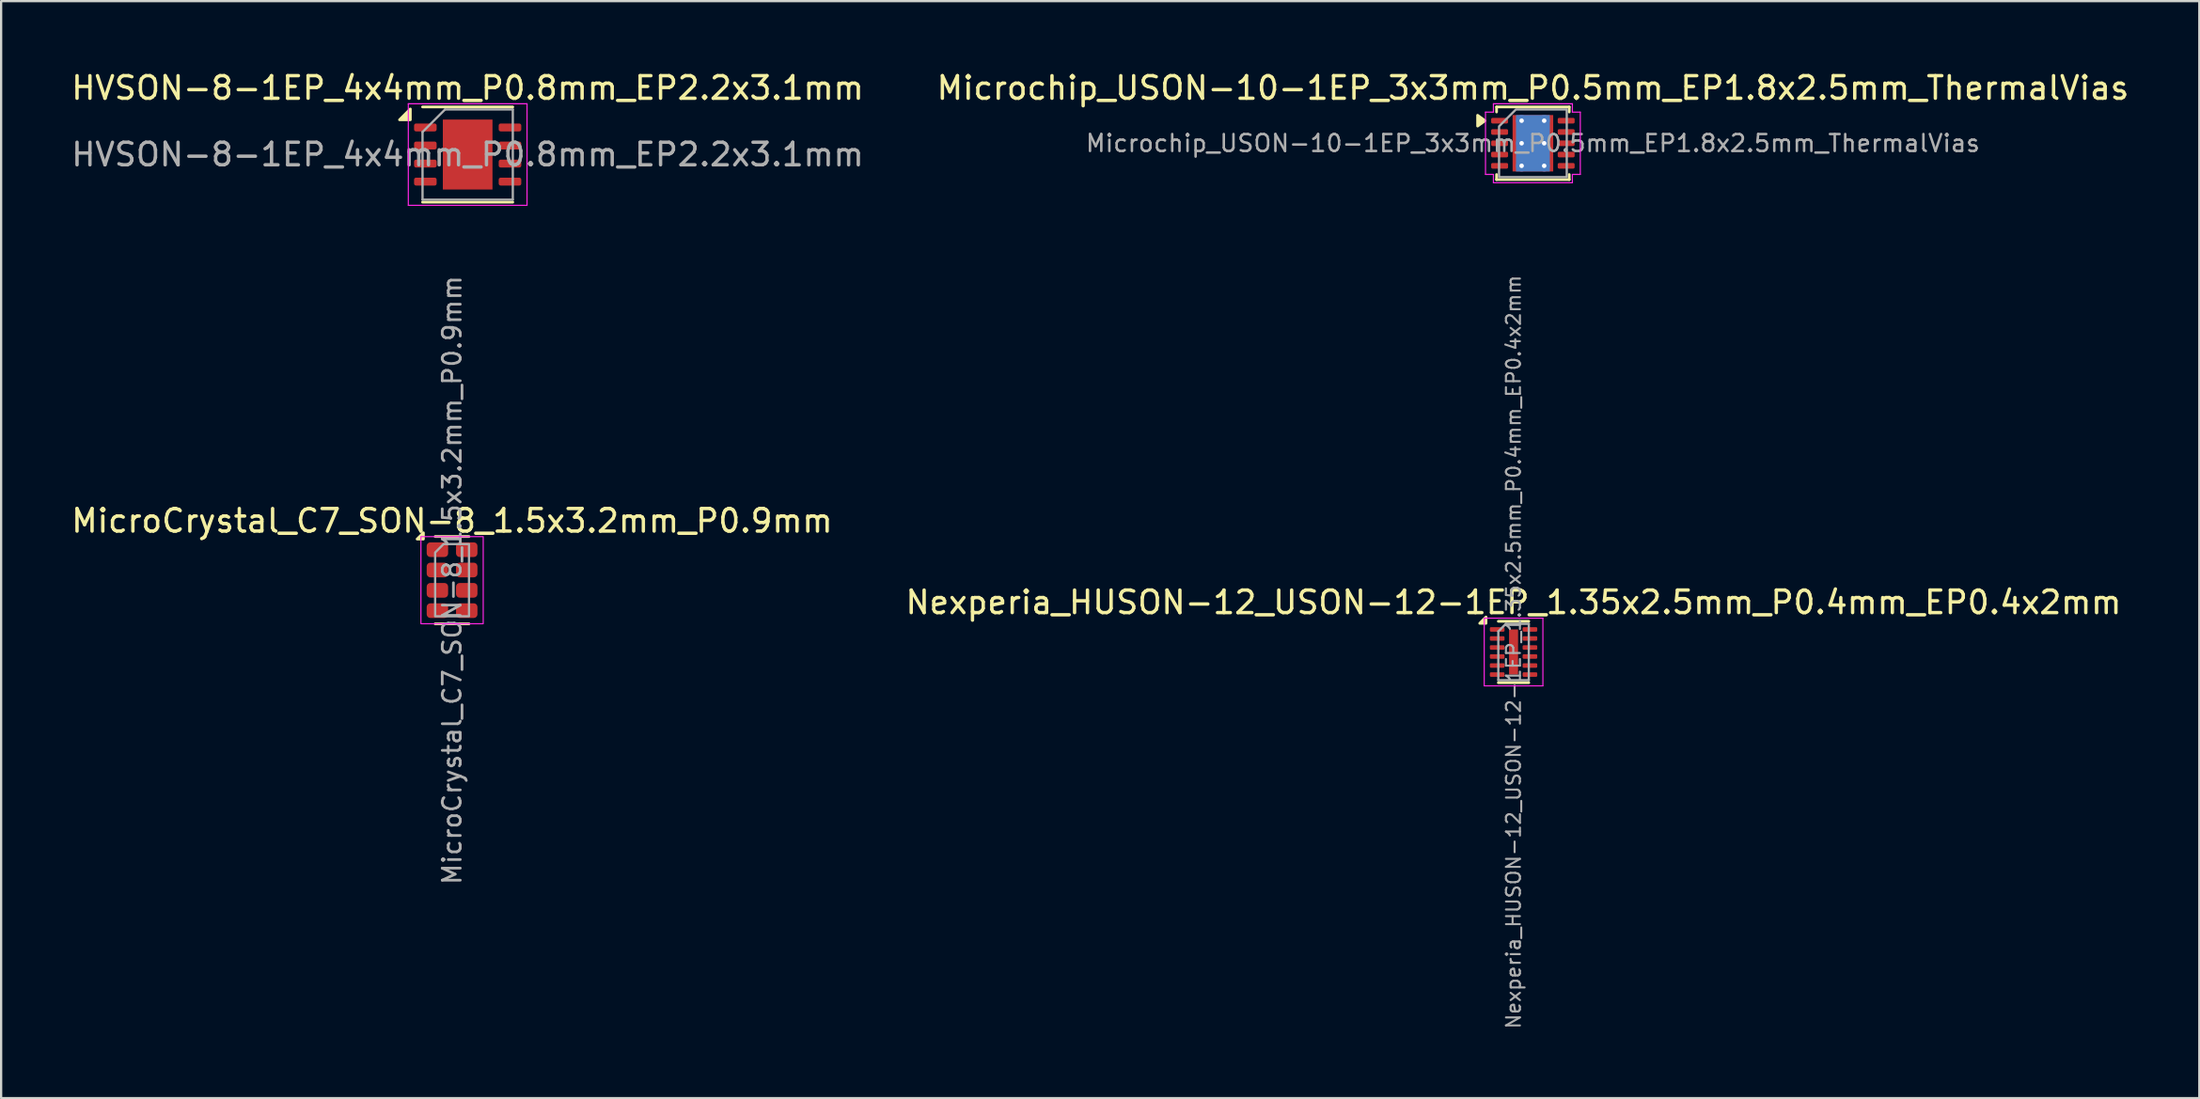
<source format=kicad_pcb>
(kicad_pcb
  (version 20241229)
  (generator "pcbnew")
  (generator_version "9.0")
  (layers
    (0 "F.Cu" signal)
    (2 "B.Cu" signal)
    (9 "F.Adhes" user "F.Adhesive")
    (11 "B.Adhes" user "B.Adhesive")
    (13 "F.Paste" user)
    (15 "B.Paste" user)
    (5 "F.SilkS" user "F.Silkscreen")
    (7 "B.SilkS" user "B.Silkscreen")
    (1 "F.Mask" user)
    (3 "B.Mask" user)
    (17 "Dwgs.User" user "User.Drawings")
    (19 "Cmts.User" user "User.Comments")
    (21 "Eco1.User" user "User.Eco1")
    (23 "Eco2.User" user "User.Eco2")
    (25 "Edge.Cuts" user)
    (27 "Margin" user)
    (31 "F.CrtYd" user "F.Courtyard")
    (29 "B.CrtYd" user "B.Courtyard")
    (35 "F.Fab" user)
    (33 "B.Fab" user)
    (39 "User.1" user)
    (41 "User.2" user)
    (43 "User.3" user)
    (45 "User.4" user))
  (footprint "Nexperia_HUSON-12_USON-12-1EP_1.35x2.5mm_P0.4mm_EP0.4x2mm"
    (layer "F.Cu")
    (at 64.018 25.842)
    (property "Reference" "Nexperia_HUSON-12_USON-12-1EP_1.35x2.5mm_P0.4mm_EP0.4x2mm" (at 0 -2.2 0) (layer "F.SilkS") (effects (font (size 1 1) (thickness 0.15))))
    (attr smd)
    (fp_line (start -0.675 -1.36) (end 0.675 -1.36) (stroke (width 0.12) (type solid)) (layer "F.SilkS"))
    (fp_line (start -0.675 1.36) (end 0.675 1.36) (stroke (width 0.12) (type solid)) (layer "F.SilkS"))
    (fp_poly (pts (xy -1.22 -1.27) (xy -1.5 -1.27) (xy -1.22 -1.55) (xy -1.22 -1.27)) (stroke (width 0.12) (type solid)) (fill yes) (layer "F.SilkS"))
    (fp_line (start -1.3 -1.5) (end -1.3 1.5) (stroke (width 0.05) (type solid)) (layer "F.CrtYd"))
    (fp_line (start -1.3 1.5) (end 1.3 1.5) (stroke (width 0.05) (type solid)) (layer "F.CrtYd"))
    (fp_line (start 1.3 -1.5) (end -1.3 -1.5) (stroke (width 0.05) (type solid)) (layer "F.CrtYd"))
    (fp_line (start 1.3 1.5) (end 1.3 -1.5) (stroke (width 0.05) (type solid)) (layer "F.CrtYd"))
    (fp_line (start -0.675 -0.912) (end -0.338 -1.25) (stroke (width 0.1) (type solid)) (layer "F.Fab"))
    (fp_line (start -0.675 1.25) (end -0.675 -0.912) (stroke (width 0.1) (type solid)) (layer "F.Fab"))
    (fp_line (start -0.338 -1.25) (end 0.675 -1.25) (stroke (width 0.1) (type solid)) (layer "F.Fab"))
    (fp_line (start 0.675 -1.25) (end 0.675 1.25) (stroke (width 0.1) (type solid)) (layer "F.Fab"))
    (fp_line (start 0.675 1.25) (end -0.675 1.25) (stroke (width 0.1) (type solid)) (layer "F.Fab"))
    (fp_text user "${REFERENCE}" (at 0 0 90) (layer "F.Fab") (effects (font (size 0.62 0.62) (thickness 0.09))))
    (pad "" smd roundrect (at 0 0) (size 0.32 1.61) (layers "F.Paste") (roundrect_rratio 0.25))
    (pad "1" smd roundrect (at -0.725 -1) (size 0.65 0.2) (layers "F.Cu" "F.Mask" "F.Paste") (roundrect_rratio 0.25))
    (pad "2" smd roundrect (at -0.725 -0.6) (size 0.65 0.2) (layers "F.Cu" "F.Mask" "F.Paste") (roundrect_rratio 0.25))
    (pad "3" smd roundrect (at -0.725 -0.2) (size 0.65 0.2) (layers "F.Cu" "F.Mask" "F.Paste") (roundrect_rratio 0.25))
    (pad "4" smd roundrect (at -0.725 0.2) (size 0.65 0.2) (layers "F.Cu" "F.Mask" "F.Paste") (roundrect_rratio 0.25))
    (pad "5" smd roundrect (at -0.725 0.6) (size 0.65 0.2) (layers "F.Cu" "F.Mask" "F.Paste") (roundrect_rratio 0.25))
    (pad "6" smd roundrect (at -0.725 1) (size 0.65 0.2) (layers "F.Cu" "F.Mask" "F.Paste") (roundrect_rratio 0.25))
    (pad "7" smd roundrect (at 0.725 1) (size 0.65 0.2) (layers "F.Cu" "F.Mask" "F.Paste") (roundrect_rratio 0.25))
    (pad "8" smd roundrect (at 0.725 0.6) (size 0.65 0.2) (layers "F.Cu" "F.Mask" "F.Paste") (roundrect_rratio 0.25))
    (pad "9" smd roundrect (at 0.725 0.2) (size 0.65 0.2) (layers "F.Cu" "F.Mask" "F.Paste") (roundrect_rratio 0.25))
    (pad "10" smd roundrect (at 0.725 -0.2) (size 0.65 0.2) (layers "F.Cu" "F.Mask" "F.Paste") (roundrect_rratio 0.25))
    (pad "11" smd roundrect (at 0.725 -0.6) (size 0.65 0.2) (layers "F.Cu" "F.Mask" "F.Paste") (roundrect_rratio 0.25))
    (pad "12" smd roundrect (at 0.725 -1) (size 0.65 0.2) (layers "F.Cu" "F.Mask" "F.Paste") (roundrect_rratio 0.25))
    (pad "13" smd rect (at 0 0) (size 0.4 2) (property pad_prop_heatsink) (layers "F.Cu" "F.Mask")))
  (footprint "MicroCrystal_C7_SON-8_1.5x3.2mm_P0.9mm"
    (layer "F.Cu")
    (at 16.982 22.659)
    (property "Reference" "MicroCrystal_C7_SON-8_1.5x3.2mm_P0.9mm" (at 0 -2.63 0) (layer "F.SilkS") (effects (font (size 1 1) (thickness 0.15))))
    (attr smd)
    (fp_line (start -0.75 -1.935) (end 0.75 -1.935) (stroke (width 0.12) (type solid)) (layer "F.SilkS"))
    (fp_line (start -0.75 1.935) (end 0.75 1.935) (stroke (width 0.12) (type solid)) (layer "F.SilkS"))
    (fp_poly (pts (xy -1.27 -1.82) (xy -1.55 -1.82) (xy -1.27 -2.1)) (stroke (width 0.12) (type solid)) (fill yes) (layer "F.SilkS"))
    (fp_rect (start -1.38 -1.93) (end 1.38 1.93) (stroke (width 0.05) (type solid)) (fill no) (layer "F.CrtYd"))
    (fp_poly (pts (xy -0.75 -1.225) (xy -0.75 1.6) (xy 0.75 1.6) (xy 0.75 -1.6) (xy -0.375 -1.6)) (stroke (width 0.1) (type solid)) (fill no) (layer "F.Fab"))
    (fp_text user "${REFERENCE}" (at 0 0 90) (layer "F.Fab") (effects (font (size 0.8 0.8) (thickness 0.12))))
    (pad "1" smd roundrect (at -0.65 -1.35) (size 0.95 0.65) (layers "F.Cu" "F.Mask" "F.Paste") (roundrect_rratio 0.25))
    (pad "2" smd roundrect (at -0.65 -0.45) (size 0.95 0.65) (layers "F.Cu" "F.Mask" "F.Paste") (roundrect_rratio 0.25))
    (pad "3" smd roundrect (at -0.65 0.45) (size 0.95 0.65) (layers "F.Cu" "F.Mask" "F.Paste") (roundrect_rratio 0.25))
    (pad "4" smd roundrect (at -0.65 1.35) (size 0.95 0.65) (layers "F.Cu" "F.Mask" "F.Paste") (roundrect_rratio 0.25))
    (pad "5" smd roundrect (at 0.65 1.35) (size 0.95 0.65) (layers "F.Cu" "F.Mask" "F.Paste") (roundrect_rratio 0.25))
    (pad "6" smd roundrect (at 0.65 0.45) (size 0.95 0.65) (layers "F.Cu" "F.Mask" "F.Paste") (roundrect_rratio 0.25))
    (pad "7" smd roundrect (at 0.65 -0.45) (size 0.95 0.65) (layers "F.Cu" "F.Mask" "F.Paste") (roundrect_rratio 0.25))
    (pad "8" smd roundrect (at 0.65 -1.35) (size 0.95 0.65) (layers "F.Cu" "F.Mask" "F.Paste") (roundrect_rratio 0.25)))
  (footprint "HVSON-8-1EP_4x4mm_P0.8mm_EP2.2x3.1mm"
    (layer "F.Cu")
    (at 17.673 3.798)
    (property "Reference" "HVSON-8-1EP_4x4mm_P0.8mm_EP2.2x3.1mm" (at 0 -2.95 0) (layer "F.SilkS") (effects (font (size 1 1) (thickness 0.15))))
    (attr smd)
    (fp_line (start -2 -2.11) (end 2 -2.11) (stroke (width 0.12) (type solid)) (layer "F.SilkS"))
    (fp_line (start -2 2.11) (end 2 2.11) (stroke (width 0.12) (type solid)) (layer "F.SilkS"))
    (fp_poly (pts (xy -2.54 -1.54) (xy -3.02 -1.54) (xy -2.54 -2.02) (xy -2.54 -1.54)) (stroke (width 0.12) (type solid)) (fill yes) (layer "F.SilkS"))
    (fp_line (start -2.63 -2.25) (end -2.63 2.25) (stroke (width 0.05) (type solid)) (layer "F.CrtYd"))
    (fp_line (start -2.63 2.25) (end 2.63 2.25) (stroke (width 0.05) (type solid)) (layer "F.CrtYd"))
    (fp_line (start 2.63 -2.25) (end -2.63 -2.25) (stroke (width 0.05) (type solid)) (layer "F.CrtYd"))
    (fp_line (start 2.63 2.25) (end 2.63 -2.25) (stroke (width 0.05) (type solid)) (layer "F.CrtYd"))
    (fp_line (start -2 -1) (end -1 -2) (stroke (width 0.1) (type solid)) (layer "F.Fab"))
    (fp_line (start -2 2) (end -2 -1) (stroke (width 0.1) (type solid)) (layer "F.Fab"))
    (fp_line (start -1 -2) (end 2 -2) (stroke (width 0.1) (type solid)) (layer "F.Fab"))
    (fp_line (start 2 -2) (end 2 2) (stroke (width 0.1) (type solid)) (layer "F.Fab"))
    (fp_line (start 2 2) (end -2 2) (stroke (width 0.1) (type solid)) (layer "F.Fab"))
    (fp_text user "${REFERENCE}" (at 0 0 0) (layer "F.Fab") (effects (font (size 1 1) (thickness 0.15))))
    (pad "" smd roundrect (at -0.55 -0.775) (size 0.89 1.25) (layers "F.Paste") (roundrect_rratio 0.25))
    (pad "" smd roundrect (at -0.55 0.775) (size 0.89 1.25) (layers "F.Paste") (roundrect_rratio 0.25))
    (pad "" smd roundrect (at 0.55 -0.775) (size 0.89 1.25) (layers "F.Paste") (roundrect_rratio 0.25))
    (pad "" smd roundrect (at 0.55 0.775) (size 0.89 1.25) (layers "F.Paste") (roundrect_rratio 0.25))
    (pad "1" smd roundrect (at -1.875 -1.2) (size 1 0.35) (layers "F.Cu" "F.Mask" "F.Paste") (roundrect_rratio 0.25))
    (pad "2" smd roundrect (at -1.875 -0.4) (size 1 0.35) (layers "F.Cu" "F.Mask" "F.Paste") (roundrect_rratio 0.25))
    (pad "3" smd roundrect (at -1.875 0.4) (size 1 0.35) (layers "F.Cu" "F.Mask" "F.Paste") (roundrect_rratio 0.25))
    (pad "4" smd roundrect (at -1.875 1.2) (size 1 0.35) (layers "F.Cu" "F.Mask" "F.Paste") (roundrect_rratio 0.25))
    (pad "5" smd roundrect (at 1.875 1.2) (size 1 0.35) (layers "F.Cu" "F.Mask" "F.Paste") (roundrect_rratio 0.25))
    (pad "6" smd roundrect (at 1.875 0.4) (size 1 0.35) (layers "F.Cu" "F.Mask" "F.Paste") (roundrect_rratio 0.25))
    (pad "7" smd roundrect (at 1.875 -0.4) (size 1 0.35) (layers "F.Cu" "F.Mask" "F.Paste") (roundrect_rratio 0.25))
    (pad "8" smd roundrect (at 1.875 -1.2) (size 1 0.35) (layers "F.Cu" "F.Mask" "F.Paste") (roundrect_rratio 0.25))
    (pad "9" smd rect (at 0 0) (size 2.2 3.1) (property pad_prop_heatsink) (layers "F.Cu" "F.Mask")))
  (footprint "Microchip_USON-10-1EP_3x3mm_P0.5mm_EP1.8x2.5mm_ThermalVias"
    (layer "F.Cu")
    (at 64.875 3.298)
    (property "Reference" "Microchip_USON-10-1EP_3x3mm_P0.5mm_EP1.8x2.5mm_ThermalVias" (at 0 -2.45 0) (layer "F.SilkS") (effects (font (size 1 1) (thickness 0.15))))
    (attr smd)
    (fp_line (start -1.61 -1.61) (end 1.61 -1.61) (stroke (width 0.12) (type solid)) (layer "F.SilkS"))
    (fp_line (start -1.61 -1.385) (end -1.61 -1.61) (stroke (width 0.12) (type solid)) (layer "F.SilkS"))
    (fp_line (start -1.61 1.61) (end -1.61 1.385) (stroke (width 0.12) (type solid)) (layer "F.SilkS"))
    (fp_line (start 1.61 -1.61) (end 1.61 -1.385) (stroke (width 0.12) (type solid)) (layer "F.SilkS"))
    (fp_line (start 1.61 1.385) (end 1.61 1.61) (stroke (width 0.12) (type solid)) (layer "F.SilkS"))
    (fp_line (start 1.61 1.61) (end -1.61 1.61) (stroke (width 0.12) (type solid)) (layer "F.SilkS"))
    (fp_poly (pts (xy -2.12 -1) (xy -2.45 -0.76) (xy -2.45 -1.24)) (stroke (width 0.12) (type solid)) (fill yes) (layer "F.SilkS"))
    (fp_line (start -2.1 -1.38) (end -1.75 -1.38) (stroke (width 0.05) (type solid)) (layer "F.CrtYd"))
    (fp_line (start -2.1 1.38) (end -2.1 -1.38) (stroke (width 0.05) (type solid)) (layer "F.CrtYd"))
    (fp_line (start -1.75 -1.75) (end 1.75 -1.75) (stroke (width 0.05) (type solid)) (layer "F.CrtYd"))
    (fp_line (start -1.75 -1.38) (end -1.75 -1.75) (stroke (width 0.05) (type solid)) (layer "F.CrtYd"))
    (fp_line (start -1.75 1.38) (end -2.1 1.38) (stroke (width 0.05) (type solid)) (layer "F.CrtYd"))
    (fp_line (start -1.75 1.75) (end -1.75 1.38) (stroke (width 0.05) (type solid)) (layer "F.CrtYd"))
    (fp_line (start 1.75 -1.75) (end 1.75 -1.38) (stroke (width 0.05) (type solid)) (layer "F.CrtYd"))
    (fp_line (start 1.75 -1.38) (end 2.1 -1.38) (stroke (width 0.05) (type solid)) (layer "F.CrtYd"))
    (fp_line (start 1.75 1.38) (end 1.75 1.75) (stroke (width 0.05) (type solid)) (layer "F.CrtYd"))
    (fp_line (start 1.75 1.75) (end -1.75 1.75) (stroke (width 0.05) (type solid)) (layer "F.CrtYd"))
    (fp_line (start 2.1 -1.38) (end 2.1 1.38) (stroke (width 0.05) (type solid)) (layer "F.CrtYd"))
    (fp_line (start 2.1 1.38) (end 1.75 1.38) (stroke (width 0.05) (type solid)) (layer "F.CrtYd"))
    (fp_poly (pts (xy -0.75 -1.5) (xy 1.5 -1.5) (xy 1.5 1.5) (xy -1.5 1.5) (xy -1.5 -0.75)) (stroke (width 0.1) (type solid)) (fill no) (layer "F.Fab"))
    (fp_text user "${REFERENCE}" (at 0 0 0) (layer "F.Fab") (effects (font (size 0.75 0.75) (thickness 0.11))))
    (pad "" smd roundrect (at 0 -0.625) (size 1.45 1.01) (layers "F.Paste") (roundrect_rratio 0.248))
    (pad "" smd roundrect (at 0 0.625) (size 1.45 1.01) (layers "F.Paste") (roundrect_rratio 0.248))
    (pad "1" smd roundrect (at -1.475 -1) (size 0.75 0.25) (layers "F.Cu" "F.Mask" "F.Paste") (roundrect_rratio 0.25))
    (pad "2" smd roundrect (at -1.475 -0.5) (size 0.75 0.25) (layers "F.Cu" "F.Mask" "F.Paste") (roundrect_rratio 0.25))
    (pad "3" smd roundrect (at -1.475 0) (size 0.75 0.25) (layers "F.Cu" "F.Mask" "F.Paste") (roundrect_rratio 0.25))
    (pad "4" smd roundrect (at -1.475 0.5) (size 0.75 0.25) (layers "F.Cu" "F.Mask" "F.Paste") (roundrect_rratio 0.25))
    (pad "5" smd roundrect (at -1.475 1) (size 0.75 0.25) (layers "F.Cu" "F.Mask" "F.Paste") (roundrect_rratio 0.25))
    (pad "6" smd roundrect (at 1.475 1) (size 0.75 0.25) (layers "F.Cu" "F.Mask" "F.Paste") (roundrect_rratio 0.25))
    (pad "7" smd roundrect (at 1.475 0.5) (size 0.75 0.25) (layers "F.Cu" "F.Mask" "F.Paste") (roundrect_rratio 0.25))
    (pad "8" smd roundrect (at 1.475 0) (size 0.75 0.25) (layers "F.Cu" "F.Mask" "F.Paste") (roundrect_rratio 0.25))
    (pad "9" smd roundrect (at 1.475 -0.5) (size 0.75 0.25) (layers "F.Cu" "F.Mask" "F.Paste") (roundrect_rratio 0.25))
    (pad "10" smd roundrect (at 1.475 -1) (size 0.75 0.25) (layers "F.Cu" "F.Mask" "F.Paste") (roundrect_rratio 0.25))
    (pad "11" thru_hole circle (at -0.5 -1) (size 0.5 0.5) (drill 0.2) (property pad_prop_heatsink) (layers "*.Cu"))
    (pad "11" thru_hole circle (at -0.5 0) (size 0.5 0.5) (drill 0.2) (property pad_prop_heatsink) (layers "*.Cu"))
    (pad "11" thru_hole circle (at -0.5 1) (size 0.5 0.5) (drill 0.2) (property pad_prop_heatsink) (layers "*.Cu"))
    (pad "11" smd rect (at 0 0) (size 1.5 2.5) (property pad_prop_heatsink) (layers "B.Cu"))
    (pad "11" smd rect (at 0 0) (size 1.8 2.5) (property pad_prop_heatsink) (layers "F.Cu" "F.Mask"))
    (pad "11" thru_hole circle (at 0.5 -1) (size 0.5 0.5) (drill 0.2) (property pad_prop_heatsink) (layers "*.Cu"))
    (pad "11" thru_hole circle (at 0.5 0) (size 0.5 0.5) (drill 0.2) (property pad_prop_heatsink) (layers "*.Cu"))
    (pad "11" thru_hole circle (at 0.5 1) (size 0.5 0.5) (drill 0.2) (property pad_prop_heatsink) (layers "*.Cu")))
  (gr_rect
    (start -3 -3)
    (end 94.405 45.611)
    (stroke (width 0.1) (type default))
    (fill no)
    (layer "Edge.Cuts")))
</source>
